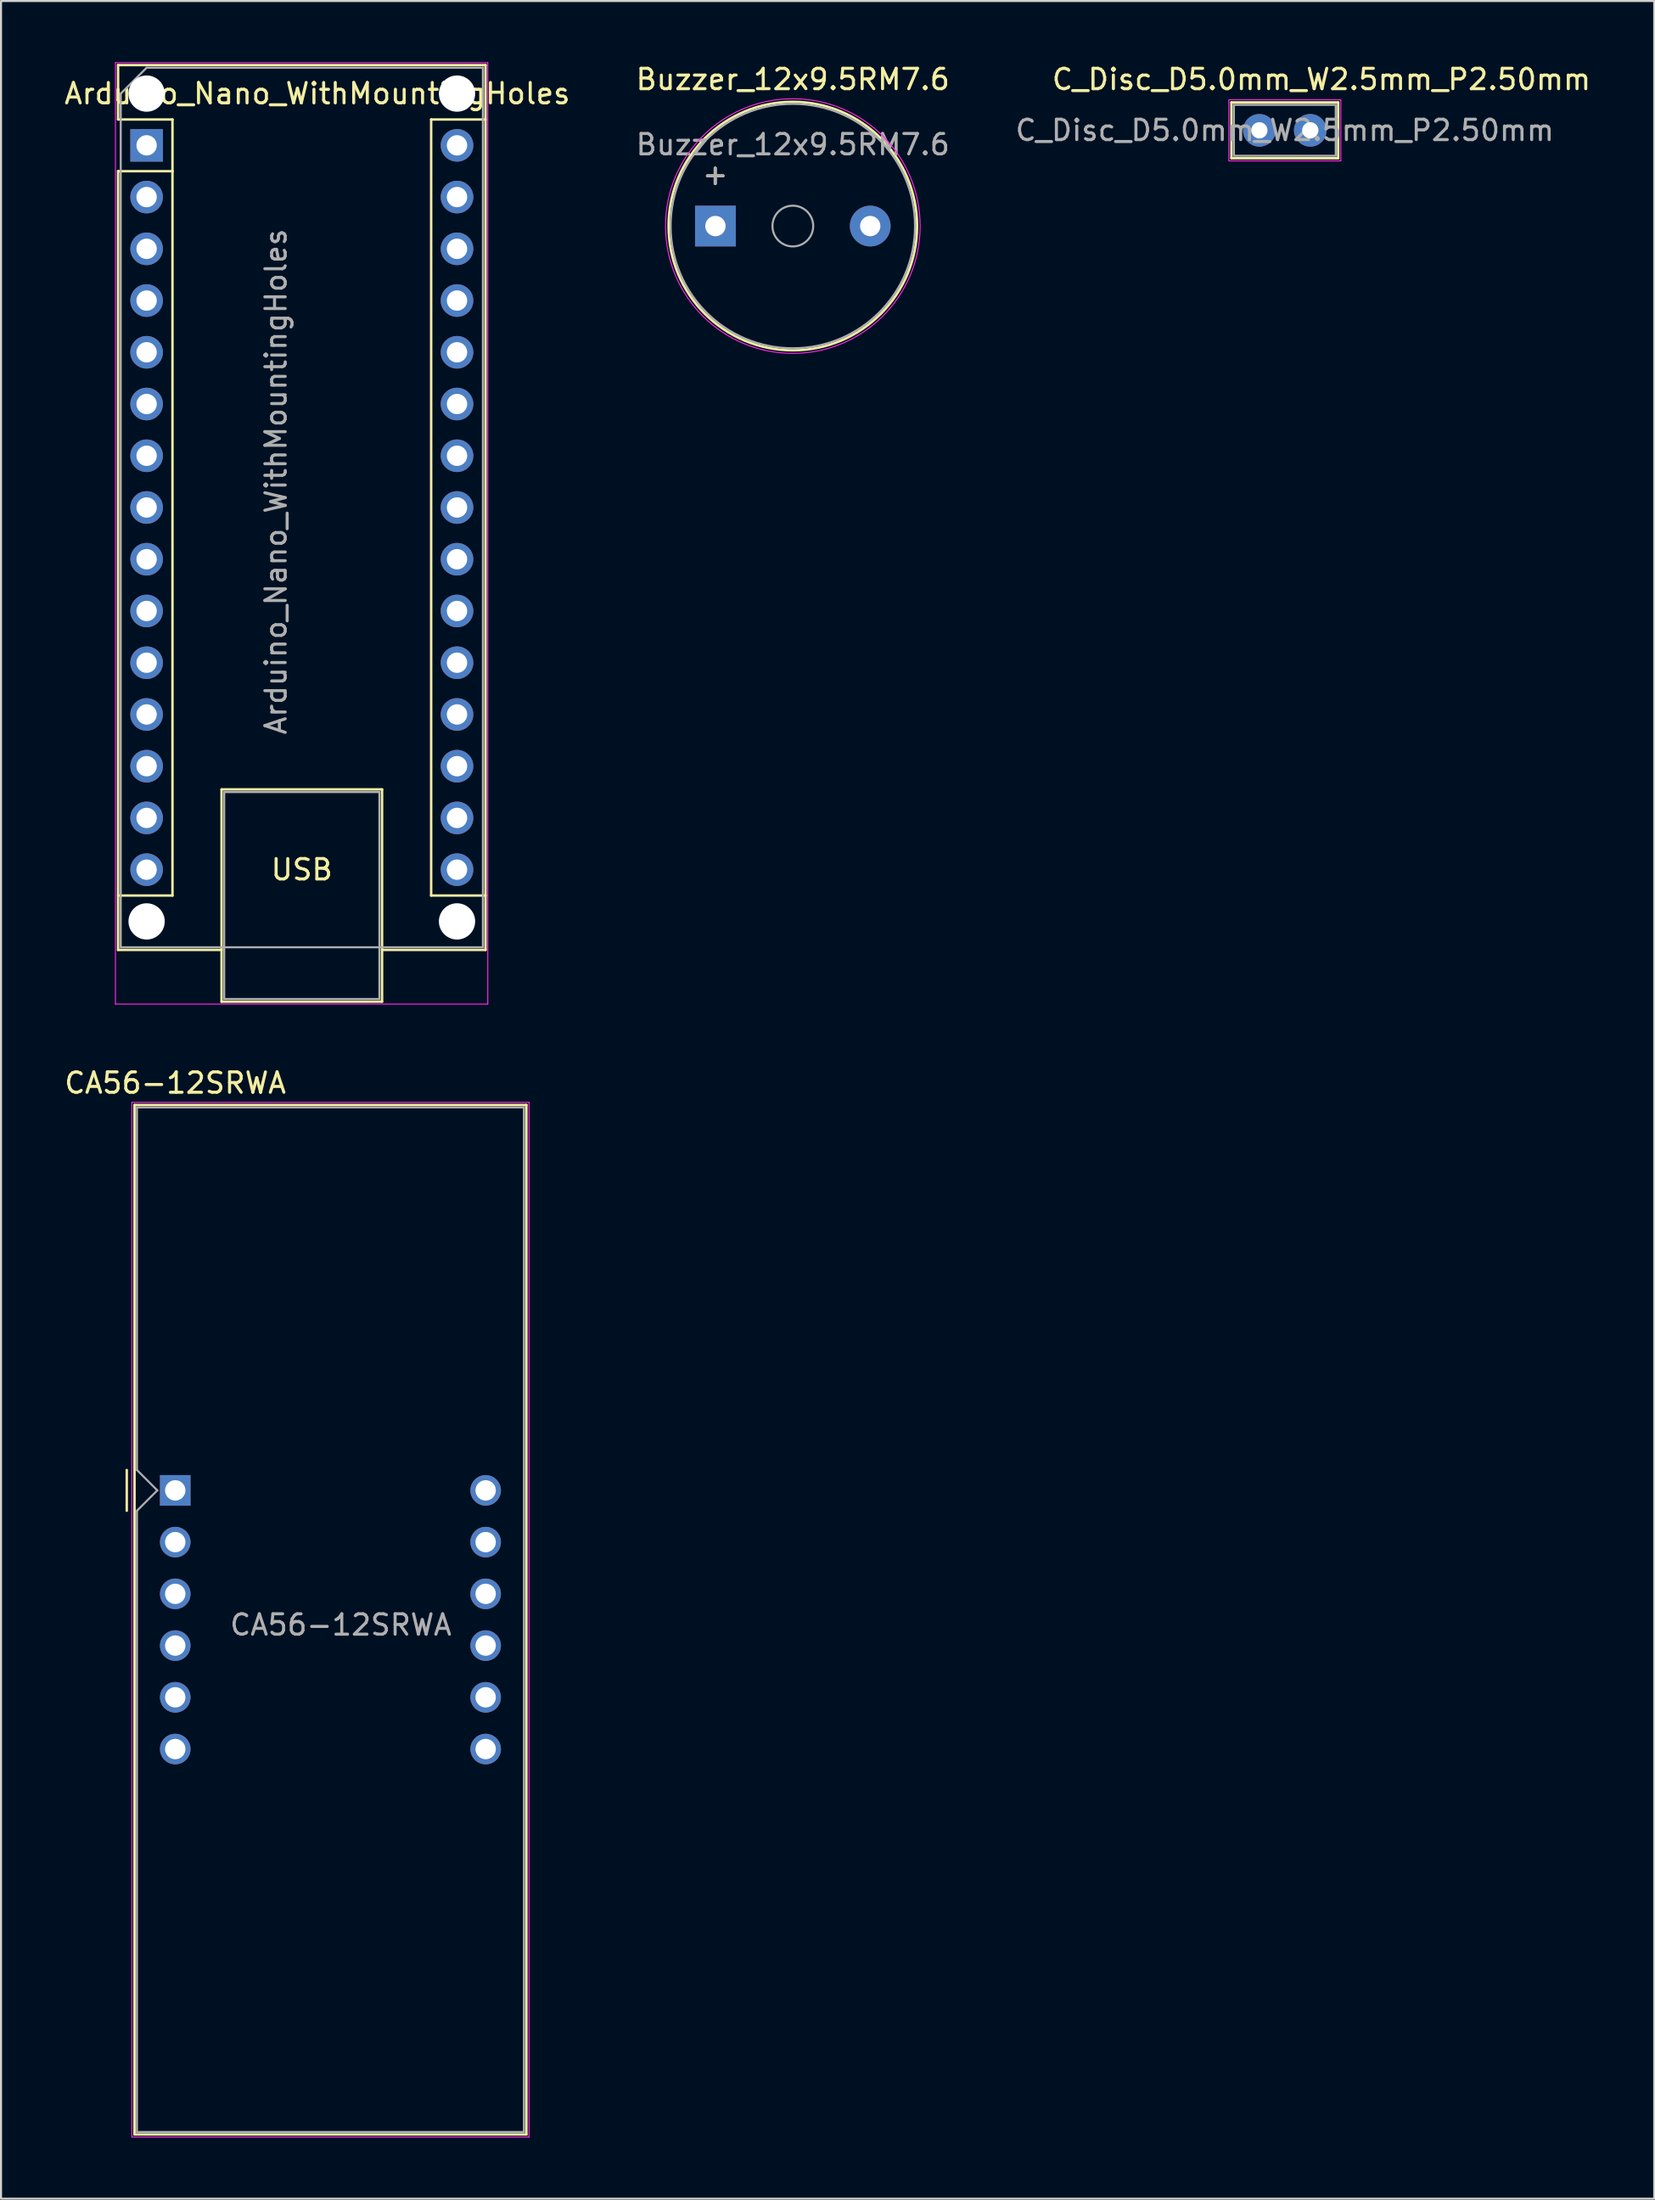
<source format=kicad_pcb>
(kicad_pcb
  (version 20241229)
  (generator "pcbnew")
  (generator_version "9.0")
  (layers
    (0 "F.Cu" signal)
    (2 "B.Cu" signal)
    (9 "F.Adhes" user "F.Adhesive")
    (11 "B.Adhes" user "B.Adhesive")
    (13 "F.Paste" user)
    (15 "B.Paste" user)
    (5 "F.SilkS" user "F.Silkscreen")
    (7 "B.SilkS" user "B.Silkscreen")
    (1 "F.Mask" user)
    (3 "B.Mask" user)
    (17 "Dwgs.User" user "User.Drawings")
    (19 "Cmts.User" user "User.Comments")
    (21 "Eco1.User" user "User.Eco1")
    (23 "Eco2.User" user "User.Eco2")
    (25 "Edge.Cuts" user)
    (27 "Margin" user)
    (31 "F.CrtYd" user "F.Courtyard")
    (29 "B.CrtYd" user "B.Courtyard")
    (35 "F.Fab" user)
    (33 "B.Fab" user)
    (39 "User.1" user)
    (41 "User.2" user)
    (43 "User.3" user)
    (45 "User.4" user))
  (footprint "C_Disc_D5.0mm_W2.5mm_P2.50mm"
    (layer "F.Cu")
    (at 58.78 3.348)
    (property "Reference" "C_Disc_D5.0mm_W2.5mm_P2.50mm" (at 3.048 -2.5 180) (layer "F.SilkS") (effects (font (size 1 1) (thickness 0.15))))
    (attr through_hole)
    (fp_line (start -1.37 -1.37) (end 3.87 -1.37) (stroke (width 0.12) (type solid)) (layer "F.SilkS"))
    (fp_line (start -1.37 1.37) (end -1.37 -1.37) (stroke (width 0.12) (type solid)) (layer "F.SilkS"))
    (fp_line (start 3.87 -1.37) (end 3.87 1.37) (stroke (width 0.12) (type solid)) (layer "F.SilkS"))
    (fp_line (start 3.87 1.37) (end -1.37 1.37) (stroke (width 0.12) (type solid)) (layer "F.SilkS"))
    (fp_rect (start -1.5 -1.5) (end 4 1.5) (stroke (width 0.05) (type solid)) (fill no) (layer "F.CrtYd"))
    (fp_rect (start -1.25 -1.25) (end 3.75 1.25) (stroke (width 0.1) (type solid)) (fill no) (layer "F.Fab"))
    (fp_text user "${REFERENCE}" (at 1.25 0 180) (layer "F.Fab") (effects (font (size 1 1) (thickness 0.15))))
    (pad "1" thru_hole circle (at 0 0) (size 1.6 1.6) (drill 0.8) (layers "*.Cu" "*.Mask"))
    (pad "2" thru_hole circle (at 2.5 0) (size 1.6 1.6) (drill 0.8) (layers "*.Cu" "*.Mask")))
  (footprint "Buzzer_12x9.5RM7.6"
    (layer "F.Cu")
    (at 32.075 8.048)
    (property "Reference" "Buzzer_12x9.5RM7.6" (at 3.8 -7.2 0) (layer "F.SilkS") (effects (font (size 1 1) (thickness 0.15))))
    (attr through_hole)
    (fp_circle (center 3.8 0) (end 9.9 0) (stroke (width 0.12) (type solid)) (fill no) (layer "F.SilkS"))
    (fp_circle (center 3.8 0) (end 10.05 0) (stroke (width 0.05) (type solid)) (fill no) (layer "F.CrtYd"))
    (fp_circle (center 3.8 0) (end 4.8 0) (stroke (width 0.1) (type solid)) (fill no) (layer "F.Fab"))
    (fp_circle (center 3.8 0) (end 9.8 0) (stroke (width 0.1) (type solid)) (fill no) (layer "F.Fab"))
    (fp_text user "+" (at -0.01 -2.54 0) (layer "F.SilkS") (effects (font (size 1 1) (thickness 0.15))))
    (fp_text user "+" (at -0.01 -2.54 0) (layer "F.Fab") (effects (font (size 1 1) (thickness 0.15))))
    (fp_text user "${REFERENCE}" (at 3.8 -4 0) (layer "F.Fab") (effects (font (size 1 1) (thickness 0.15))))
    (pad "1" thru_hole rect (at 0 0) (size 2 2) (drill 1) (layers "*.Cu" "*.Mask"))
    (pad "2" thru_hole circle (at 7.6 0) (size 2 2) (drill 1) (layers "*.Cu" "*.Mask")))
  (footprint "Arduino_Nano_WithMountingHoles"
    (layer "F.Cu")
    (at 4.148 4.085)
    (property "Reference" "Arduino_Nano_WithMountingHoles" (at 8.382 -2.54 180) (layer "F.SilkS") (effects (font (size 1 1) (thickness 0.15))))
    (attr through_hole)
    (fp_line (start -1.4 -3.94) (end -1.4 -1.27) (stroke (width 0.12) (type solid)) (layer "F.SilkS"))
    (fp_line (start -1.4 1.27) (end -1.4 39.5) (stroke (width 0.12) (type solid)) (layer "F.SilkS"))
    (fp_line (start -1.4 39.5) (end 3.68 39.5) (stroke (width 0.12) (type solid)) (layer "F.SilkS"))
    (fp_line (start 1.27 -1.27) (end -1.4 -1.27) (stroke (width 0.12) (type solid)) (layer "F.SilkS"))
    (fp_line (start 1.27 1.27) (end -1.4 1.27) (stroke (width 0.12) (type solid)) (layer "F.SilkS"))
    (fp_line (start 1.27 1.27) (end 1.27 -1.27) (stroke (width 0.12) (type solid)) (layer "F.SilkS"))
    (fp_line (start 1.27 1.27) (end 1.27 36.83) (stroke (width 0.12) (type solid)) (layer "F.SilkS"))
    (fp_line (start 1.27 36.83) (end -1.4 36.83) (stroke (width 0.12) (type solid)) (layer "F.SilkS"))
    (fp_line (start 3.68 31.62) (end 11.56 31.62) (stroke (width 0.12) (type solid)) (layer "F.SilkS"))
    (fp_line (start 3.68 42.04) (end 3.68 31.62) (stroke (width 0.12) (type solid)) (layer "F.SilkS"))
    (fp_line (start 11.56 31.62) (end 11.56 42.04) (stroke (width 0.12) (type solid)) (layer "F.SilkS"))
    (fp_line (start 11.56 42.04) (end 3.68 42.04) (stroke (width 0.12) (type solid)) (layer "F.SilkS"))
    (fp_line (start 13.97 -1.27) (end 13.97 36.83) (stroke (width 0.12) (type solid)) (layer "F.SilkS"))
    (fp_line (start 13.97 -1.27) (end 16.64 -1.27) (stroke (width 0.12) (type solid)) (layer "F.SilkS"))
    (fp_line (start 13.97 36.83) (end 16.64 36.83) (stroke (width 0.12) (type solid)) (layer "F.SilkS"))
    (fp_line (start 16.64 -3.94) (end -1.4 -3.94) (stroke (width 0.12) (type solid)) (layer "F.SilkS"))
    (fp_line (start 16.64 39.5) (end 11.56 39.5) (stroke (width 0.12) (type solid)) (layer "F.SilkS"))
    (fp_line (start 16.64 39.5) (end 16.64 -3.94) (stroke (width 0.12) (type solid)) (layer "F.SilkS"))
    (fp_line (start -1.53 -4.06) (end -1.53 42.16) (stroke (width 0.05) (type solid)) (layer "F.CrtYd"))
    (fp_line (start -1.53 -4.06) (end 16.75 -4.06) (stroke (width 0.05) (type solid)) (layer "F.CrtYd"))
    (fp_line (start 16.75 42.16) (end -1.53 42.16) (stroke (width 0.05) (type solid)) (layer "F.CrtYd"))
    (fp_line (start 16.75 42.16) (end 16.75 -4.06) (stroke (width 0.05) (type solid)) (layer "F.CrtYd"))
    (fp_line (start -1.27 -2.54) (end 0 -3.81) (stroke (width 0.1) (type solid)) (layer "F.Fab"))
    (fp_line (start -1.27 39.37) (end -1.27 -2.54) (stroke (width 0.1) (type solid)) (layer "F.Fab"))
    (fp_line (start 0 -3.81) (end 16.51 -3.81) (stroke (width 0.1) (type solid)) (layer "F.Fab"))
    (fp_line (start 3.81 31.75) (end 11.43 31.75) (stroke (width 0.1) (type solid)) (layer "F.Fab"))
    (fp_line (start 3.81 41.91) (end 3.81 31.75) (stroke (width 0.1) (type solid)) (layer "F.Fab"))
    (fp_line (start 11.43 31.75) (end 11.43 41.91) (stroke (width 0.1) (type solid)) (layer "F.Fab"))
    (fp_line (start 11.43 41.91) (end 3.81 41.91) (stroke (width 0.1) (type solid)) (layer "F.Fab"))
    (fp_line (start 16.51 -3.81) (end 16.51 39.37) (stroke (width 0.1) (type solid)) (layer "F.Fab"))
    (fp_line (start 16.51 39.37) (end -1.27 39.37) (stroke (width 0.1) (type solid)) (layer "F.Fab"))
    (fp_text user "USB" (at 7.62 35.56 0) (unlocked yes) (layer "F.SilkS") (effects (font (size 1 1) (thickness 0.15))))
    (fp_text user "${REFERENCE}" (at 6.35 16.51 90) (layer "F.Fab") (effects (font (size 1 1) (thickness 0.15))))
    (pad "" np_thru_hole circle (at 0 -2.54) (size 1.78 1.78) (drill 1.78) (layers "*.Cu" "*.Mask"))
    (pad "" np_thru_hole circle (at 0 38.1) (size 1.78 1.78) (drill 1.78) (layers "*.Cu" "*.Mask"))
    (pad "" np_thru_hole circle (at 15.24 -2.54) (size 1.78 1.78) (drill 1.78) (layers "*.Cu" "*.Mask"))
    (pad "" np_thru_hole circle (at 15.24 38.1) (size 1.78 1.78) (drill 1.78) (layers "*.Cu" "*.Mask"))
    (pad "1" thru_hole rect (at 0 0) (size 1.6 1.6) (drill 1) (layers "*.Cu" "*.Mask"))
    (pad "2" thru_hole oval (at 0 2.54) (size 1.6 1.6) (drill 1) (layers "*.Cu" "*.Mask"))
    (pad "3" thru_hole oval (at 0 5.08) (size 1.6 1.6) (drill 1) (layers "*.Cu" "*.Mask"))
    (pad "4" thru_hole oval (at 0 7.62) (size 1.6 1.6) (drill 1) (layers "*.Cu" "*.Mask"))
    (pad "5" thru_hole oval (at 0 10.16) (size 1.6 1.6) (drill 1) (layers "*.Cu" "*.Mask"))
    (pad "6" thru_hole oval (at 0 12.7) (size 1.6 1.6) (drill 1) (layers "*.Cu" "*.Mask"))
    (pad "7" thru_hole oval (at 0 15.24) (size 1.6 1.6) (drill 1) (layers "*.Cu" "*.Mask"))
    (pad "8" thru_hole oval (at 0 17.78) (size 1.6 1.6) (drill 1) (layers "*.Cu" "*.Mask"))
    (pad "9" thru_hole oval (at 0 20.32) (size 1.6 1.6) (drill 1) (layers "*.Cu" "*.Mask"))
    (pad "10" thru_hole oval (at 0 22.86) (size 1.6 1.6) (drill 1) (layers "*.Cu" "*.Mask"))
    (pad "11" thru_hole oval (at 0 25.4) (size 1.6 1.6) (drill 1) (layers "*.Cu" "*.Mask"))
    (pad "12" thru_hole oval (at 0 27.94) (size 1.6 1.6) (drill 1) (layers "*.Cu" "*.Mask"))
    (pad "13" thru_hole oval (at 0 30.48) (size 1.6 1.6) (drill 1) (layers "*.Cu" "*.Mask"))
    (pad "14" thru_hole oval (at 0 33.02) (size 1.6 1.6) (drill 1) (layers "*.Cu" "*.Mask"))
    (pad "15" thru_hole oval (at 0 35.56) (size 1.6 1.6) (drill 1) (layers "*.Cu" "*.Mask"))
    (pad "16" thru_hole oval (at 15.24 35.56) (size 1.6 1.6) (drill 1) (layers "*.Cu" "*.Mask"))
    (pad "17" thru_hole oval (at 15.24 33.02) (size 1.6 1.6) (drill 1) (layers "*.Cu" "*.Mask"))
    (pad "18" thru_hole oval (at 15.24 30.48) (size 1.6 1.6) (drill 1) (layers "*.Cu" "*.Mask"))
    (pad "19" thru_hole oval (at 15.24 27.94) (size 1.6 1.6) (drill 1) (layers "*.Cu" "*.Mask"))
    (pad "20" thru_hole oval (at 15.24 25.4) (size 1.6 1.6) (drill 1) (layers "*.Cu" "*.Mask"))
    (pad "21" thru_hole oval (at 15.24 22.86) (size 1.6 1.6) (drill 1) (layers "*.Cu" "*.Mask"))
    (pad "22" thru_hole oval (at 15.24 20.32) (size 1.6 1.6) (drill 1) (layers "*.Cu" "*.Mask"))
    (pad "23" thru_hole oval (at 15.24 17.78) (size 1.6 1.6) (drill 1) (layers "*.Cu" "*.Mask"))
    (pad "24" thru_hole oval (at 15.24 15.24) (size 1.6 1.6) (drill 1) (layers "*.Cu" "*.Mask"))
    (pad "25" thru_hole oval (at 15.24 12.7) (size 1.6 1.6) (drill 1) (layers "*.Cu" "*.Mask"))
    (pad "26" thru_hole oval (at 15.24 10.16) (size 1.6 1.6) (drill 1) (layers "*.Cu" "*.Mask"))
    (pad "27" thru_hole oval (at 15.24 7.62) (size 1.6 1.6) (drill 1) (layers "*.Cu" "*.Mask"))
    (pad "28" thru_hole oval (at 15.24 5.08) (size 1.6 1.6) (drill 1) (layers "*.Cu" "*.Mask"))
    (pad "29" thru_hole oval (at 15.24 2.54) (size 1.6 1.6) (drill 1) (layers "*.Cu" "*.Mask"))
    (pad "30" thru_hole oval (at 15.24 0) (size 1.6 1.6) (drill 1) (layers "*.Cu" "*.Mask")))
  (footprint "CA56-12SRWA"
    (layer "F.Cu")
    (at 5.554 70.118)
    (property "Reference" "CA56-12SRWA" (at 0 -20 0) (layer "F.SilkS") (effects (font (size 1 1) (thickness 0.15))))
    (attr through_hole)
    (fp_line (start -2.38 -1) (end -2.38 1) (stroke (width 0.12) (type solid)) (layer "F.SilkS"))
    (fp_line (start -2 -18.92) (end -2 31.62) (stroke (width 0.12) (type solid)) (layer "F.SilkS"))
    (fp_line (start -2 -18.92) (end 17.24 -18.92) (stroke (width 0.12) (type solid)) (layer "F.SilkS"))
    (fp_line (start -2 31.62) (end 17.24 31.62) (stroke (width 0.12) (type solid)) (layer "F.SilkS"))
    (fp_line (start 17.24 31.62) (end 17.24 -18.92) (stroke (width 0.12) (type solid)) (layer "F.SilkS"))
    (fp_line (start -2.13 -19.05) (end 17.37 -19.05) (stroke (width 0.05) (type solid)) (layer "F.CrtYd"))
    (fp_line (start -2.13 31.75) (end -2.13 -19.05) (stroke (width 0.05) (type solid)) (layer "F.CrtYd"))
    (fp_line (start 17.37 -19.05) (end 17.37 31.75) (stroke (width 0.05) (type solid)) (layer "F.CrtYd"))
    (fp_line (start 17.37 31.75) (end -2.13 31.75) (stroke (width 0.05) (type solid)) (layer "F.CrtYd"))
    (fp_line (start -1.88 -18.8) (end 17.12 -18.8) (stroke (width 0.1) (type solid)) (layer "F.Fab"))
    (fp_line (start -1.88 -1) (end -1.88 -18.8) (stroke (width 0.1) (type solid)) (layer "F.Fab"))
    (fp_line (start -1.88 1) (end -1.88 31.5) (stroke (width 0.1) (type solid)) (layer "F.Fab"))
    (fp_line (start -1.88 1) (end -0.88 0) (stroke (width 0.1) (type solid)) (layer "F.Fab"))
    (fp_line (start -1.88 31.5) (end 17.12 31.5) (stroke (width 0.1) (type solid)) (layer "F.Fab"))
    (fp_line (start -0.88 0) (end -1.88 -1) (stroke (width 0.1) (type solid)) (layer "F.Fab"))
    (fp_line (start 17.12 -18.8) (end 17.12 31.5) (stroke (width 0.1) (type solid)) (layer "F.Fab"))
    (fp_text user "${REFERENCE}" (at 8.128 6.604 0) (layer "F.Fab") (effects (font (size 1 1) (thickness 0.15))))
    (pad "1" thru_hole rect (at 0 0) (size 1.5 1.5) (drill 1) (layers "*.Cu" "*.Mask"))
    (pad "2" thru_hole circle (at 0 2.54) (size 1.5 1.5) (drill 1) (layers "*.Cu" "*.Mask"))
    (pad "3" thru_hole circle (at 0 5.08) (size 1.5 1.5) (drill 1) (layers "*.Cu" "*.Mask"))
    (pad "4" thru_hole circle (at 0 7.62) (size 1.5 1.5) (drill 1) (layers "*.Cu" "*.Mask"))
    (pad "5" thru_hole circle (at 0 10.16) (size 1.5 1.5) (drill 1) (layers "*.Cu" "*.Mask"))
    (pad "6" thru_hole circle (at 0 12.7) (size 1.5 1.5) (drill 1) (layers "*.Cu" "*.Mask"))
    (pad "7" thru_hole circle (at 15.24 12.7) (size 1.5 1.5) (drill 1) (layers "*.Cu" "*.Mask"))
    (pad "8" thru_hole circle (at 15.24 10.16) (size 1.5 1.5) (drill 1) (layers "*.Cu" "*.Mask"))
    (pad "9" thru_hole circle (at 15.24 7.62) (size 1.5 1.5) (drill 1) (layers "*.Cu" "*.Mask"))
    (pad "10" thru_hole circle (at 15.24 5.08) (size 1.5 1.5) (drill 1) (layers "*.Cu" "*.Mask"))
    (pad "11" thru_hole circle (at 15.24 2.54) (size 1.5 1.5) (drill 1) (layers "*.Cu" "*.Mask"))
    (pad "12" thru_hole circle (at 15.24 0) (size 1.5 1.5) (drill 1) (layers "*.Cu" "*.Mask")))
  (gr_rect
    (start -3 -3)
    (end 78.167 104.893)
    (stroke (width 0.1) (type default))
    (fill no)
    (layer "Edge.Cuts")))
</source>
